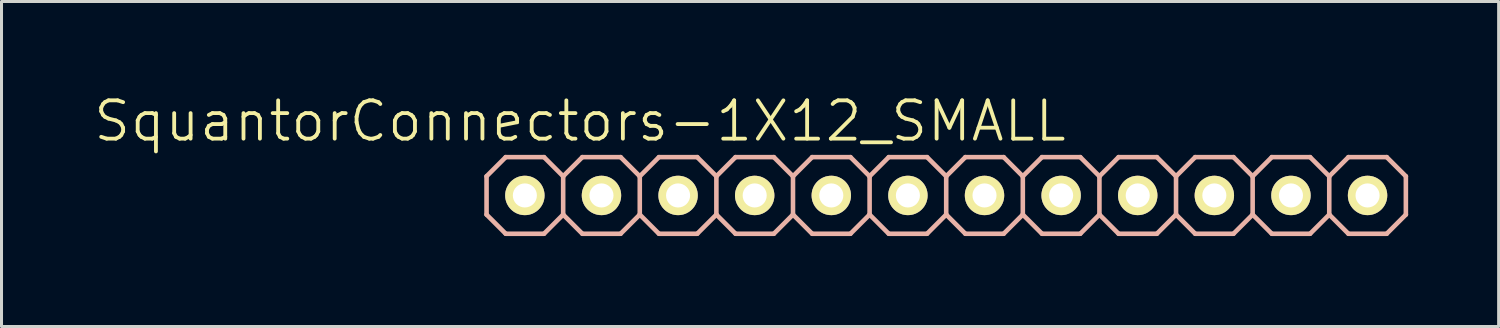
<source format=kicad_pcb>
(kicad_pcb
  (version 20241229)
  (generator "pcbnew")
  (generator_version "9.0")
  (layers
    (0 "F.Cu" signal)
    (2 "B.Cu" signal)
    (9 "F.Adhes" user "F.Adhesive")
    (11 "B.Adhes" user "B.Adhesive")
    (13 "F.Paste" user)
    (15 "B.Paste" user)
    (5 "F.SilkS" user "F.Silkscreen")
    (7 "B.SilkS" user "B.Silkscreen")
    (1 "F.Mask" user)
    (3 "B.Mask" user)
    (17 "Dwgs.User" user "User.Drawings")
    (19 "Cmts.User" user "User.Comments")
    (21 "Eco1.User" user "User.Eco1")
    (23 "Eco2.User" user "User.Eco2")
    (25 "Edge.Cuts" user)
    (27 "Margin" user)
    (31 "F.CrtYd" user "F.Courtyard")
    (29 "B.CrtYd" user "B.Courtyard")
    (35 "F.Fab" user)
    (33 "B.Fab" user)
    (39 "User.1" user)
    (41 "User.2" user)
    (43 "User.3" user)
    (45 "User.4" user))
  (footprint "SquantorConnectors-1X12_SMALL"
    (layer "F.Cu")
    (at 28.322 3.43)
    (property "Reference" "SquantorConnectors-1X12_SMALL" (at -12.141 -2.464 0) (layer "F.SilkS") (effects (font (size 1.27 1.27) (thickness 0.127))))
    (attr exclude_from_pos_files exclude_from_bom)
    (fp_line (start -14.224 -0.254) (end -13.716 -0.254) (stroke (width 0.066) (type solid)) (layer "F.SilkS"))
    (fp_line (start -14.224 0.254) (end -14.224 -0.254) (stroke (width 0.066) (type solid)) (layer "F.SilkS"))
    (fp_line (start -14.224 0.254) (end -13.716 0.254) (stroke (width 0.066) (type solid)) (layer "F.SilkS"))
    (fp_line (start -13.716 0.254) (end -13.716 -0.254) (stroke (width 0.066) (type solid)) (layer "F.SilkS"))
    (fp_line (start -11.684 -0.254) (end -11.176 -0.254) (stroke (width 0.066) (type solid)) (layer "F.SilkS"))
    (fp_line (start -11.684 0.254) (end -11.684 -0.254) (stroke (width 0.066) (type solid)) (layer "F.SilkS"))
    (fp_line (start -11.684 0.254) (end -11.176 0.254) (stroke (width 0.066) (type solid)) (layer "F.SilkS"))
    (fp_line (start -11.176 0.254) (end -11.176 -0.254) (stroke (width 0.066) (type solid)) (layer "F.SilkS"))
    (fp_line (start -9.144 -0.254) (end -8.636 -0.254) (stroke (width 0.066) (type solid)) (layer "F.SilkS"))
    (fp_line (start -9.144 0.254) (end -9.144 -0.254) (stroke (width 0.066) (type solid)) (layer "F.SilkS"))
    (fp_line (start -9.144 0.254) (end -8.636 0.254) (stroke (width 0.066) (type solid)) (layer "F.SilkS"))
    (fp_line (start -8.636 0.254) (end -8.636 -0.254) (stroke (width 0.066) (type solid)) (layer "F.SilkS"))
    (fp_line (start -6.604 -0.254) (end -6.096 -0.254) (stroke (width 0.066) (type solid)) (layer "F.SilkS"))
    (fp_line (start -6.604 0.254) (end -6.604 -0.254) (stroke (width 0.066) (type solid)) (layer "F.SilkS"))
    (fp_line (start -6.604 0.254) (end -6.096 0.254) (stroke (width 0.066) (type solid)) (layer "F.SilkS"))
    (fp_line (start -6.096 0.254) (end -6.096 -0.254) (stroke (width 0.066) (type solid)) (layer "F.SilkS"))
    (fp_line (start -4.064 -0.254) (end -3.556 -0.254) (stroke (width 0.066) (type solid)) (layer "F.SilkS"))
    (fp_line (start -4.064 0.254) (end -4.064 -0.254) (stroke (width 0.066) (type solid)) (layer "F.SilkS"))
    (fp_line (start -4.064 0.254) (end -3.556 0.254) (stroke (width 0.066) (type solid)) (layer "F.SilkS"))
    (fp_line (start -3.556 0.254) (end -3.556 -0.254) (stroke (width 0.066) (type solid)) (layer "F.SilkS"))
    (fp_line (start -1.524 -0.254) (end -1.016 -0.254) (stroke (width 0.066) (type solid)) (layer "F.SilkS"))
    (fp_line (start -1.524 0.254) (end -1.524 -0.254) (stroke (width 0.066) (type solid)) (layer "F.SilkS"))
    (fp_line (start -1.524 0.254) (end -1.016 0.254) (stroke (width 0.066) (type solid)) (layer "F.SilkS"))
    (fp_line (start -1.016 0.254) (end -1.016 -0.254) (stroke (width 0.066) (type solid)) (layer "F.SilkS"))
    (fp_line (start 1.016 -0.254) (end 1.524 -0.254) (stroke (width 0.066) (type solid)) (layer "F.SilkS"))
    (fp_line (start 1.016 0.254) (end 1.016 -0.254) (stroke (width 0.066) (type solid)) (layer "F.SilkS"))
    (fp_line (start 1.016 0.254) (end 1.524 0.254) (stroke (width 0.066) (type solid)) (layer "F.SilkS"))
    (fp_line (start 1.524 0.254) (end 1.524 -0.254) (stroke (width 0.066) (type solid)) (layer "F.SilkS"))
    (fp_line (start 3.556 -0.254) (end 4.064 -0.254) (stroke (width 0.066) (type solid)) (layer "F.SilkS"))
    (fp_line (start 3.556 0.254) (end 3.556 -0.254) (stroke (width 0.066) (type solid)) (layer "F.SilkS"))
    (fp_line (start 3.556 0.254) (end 4.064 0.254) (stroke (width 0.066) (type solid)) (layer "F.SilkS"))
    (fp_line (start 4.064 0.254) (end 4.064 -0.254) (stroke (width 0.066) (type solid)) (layer "F.SilkS"))
    (fp_line (start 6.096 -0.254) (end 6.604 -0.254) (stroke (width 0.066) (type solid)) (layer "F.SilkS"))
    (fp_line (start 6.096 0.254) (end 6.096 -0.254) (stroke (width 0.066) (type solid)) (layer "F.SilkS"))
    (fp_line (start 6.096 0.254) (end 6.604 0.254) (stroke (width 0.066) (type solid)) (layer "F.SilkS"))
    (fp_line (start 6.604 0.254) (end 6.604 -0.254) (stroke (width 0.066) (type solid)) (layer "F.SilkS"))
    (fp_line (start 8.636 -0.254) (end 9.144 -0.254) (stroke (width 0.066) (type solid)) (layer "F.SilkS"))
    (fp_line (start 8.636 0.254) (end 8.636 -0.254) (stroke (width 0.066) (type solid)) (layer "F.SilkS"))
    (fp_line (start 8.636 0.254) (end 9.144 0.254) (stroke (width 0.066) (type solid)) (layer "F.SilkS"))
    (fp_line (start 9.144 0.254) (end 9.144 -0.254) (stroke (width 0.066) (type solid)) (layer "F.SilkS"))
    (fp_line (start 11.176 -0.254) (end 11.684 -0.254) (stroke (width 0.066) (type solid)) (layer "F.SilkS"))
    (fp_line (start 11.176 0.254) (end 11.176 -0.254) (stroke (width 0.066) (type solid)) (layer "F.SilkS"))
    (fp_line (start 11.176 0.254) (end 11.684 0.254) (stroke (width 0.066) (type solid)) (layer "F.SilkS"))
    (fp_line (start 11.684 0.254) (end 11.684 -0.254) (stroke (width 0.066) (type solid)) (layer "F.SilkS"))
    (fp_line (start 13.716 -0.254) (end 14.224 -0.254) (stroke (width 0.066) (type solid)) (layer "F.SilkS"))
    (fp_line (start 13.716 0.254) (end 13.716 -0.254) (stroke (width 0.066) (type solid)) (layer "F.SilkS"))
    (fp_line (start 13.716 0.254) (end 14.224 0.254) (stroke (width 0.066) (type solid)) (layer "F.SilkS"))
    (fp_line (start 14.224 0.254) (end 14.224 -0.254) (stroke (width 0.066) (type solid)) (layer "F.SilkS"))
    (fp_line (start -15.24 -0.635) (end -15.24 0.635) (stroke (width 0.152) (type solid)) (layer "B.SilkS"))
    (fp_line (start -15.24 0.635) (end -14.605 1.27) (stroke (width 0.152) (type solid)) (layer "B.SilkS"))
    (fp_line (start -14.605 -1.27) (end -15.24 -0.635) (stroke (width 0.152) (type solid)) (layer "B.SilkS"))
    (fp_line (start -14.605 -1.27) (end -13.335 -1.27) (stroke (width 0.152) (type solid)) (layer "B.SilkS"))
    (fp_line (start -13.335 -1.27) (end -12.7 -0.635) (stroke (width 0.152) (type solid)) (layer "B.SilkS"))
    (fp_line (start -13.335 1.27) (end -14.605 1.27) (stroke (width 0.152) (type solid)) (layer "B.SilkS"))
    (fp_line (start -12.7 -0.635) (end -12.7 0.635) (stroke (width 0.152) (type solid)) (layer "B.SilkS"))
    (fp_line (start -12.7 -0.635) (end -12.065 -1.27) (stroke (width 0.152) (type solid)) (layer "B.SilkS"))
    (fp_line (start -12.7 0.635) (end -13.335 1.27) (stroke (width 0.152) (type solid)) (layer "B.SilkS"))
    (fp_line (start -12.065 -1.27) (end -10.795 -1.27) (stroke (width 0.152) (type solid)) (layer "B.SilkS"))
    (fp_line (start -12.065 1.27) (end -12.7 0.635) (stroke (width 0.152) (type solid)) (layer "B.SilkS"))
    (fp_line (start -10.795 -1.27) (end -10.16 -0.635) (stroke (width 0.152) (type solid)) (layer "B.SilkS"))
    (fp_line (start -10.795 1.27) (end -12.065 1.27) (stroke (width 0.152) (type solid)) (layer "B.SilkS"))
    (fp_line (start -10.16 -0.635) (end -10.16 0.635) (stroke (width 0.152) (type solid)) (layer "B.SilkS"))
    (fp_line (start -10.16 -0.635) (end -9.525 -1.27) (stroke (width 0.152) (type solid)) (layer "B.SilkS"))
    (fp_line (start -10.16 0.635) (end -10.795 1.27) (stroke (width 0.152) (type solid)) (layer "B.SilkS"))
    (fp_line (start -9.525 -1.27) (end -8.255 -1.27) (stroke (width 0.152) (type solid)) (layer "B.SilkS"))
    (fp_line (start -9.525 1.27) (end -10.16 0.635) (stroke (width 0.152) (type solid)) (layer "B.SilkS"))
    (fp_line (start -8.255 -1.27) (end -7.62 -0.635) (stroke (width 0.152) (type solid)) (layer "B.SilkS"))
    (fp_line (start -8.255 1.27) (end -9.525 1.27) (stroke (width 0.152) (type solid)) (layer "B.SilkS"))
    (fp_line (start -7.62 -0.635) (end -7.62 0.635) (stroke (width 0.152) (type solid)) (layer "B.SilkS"))
    (fp_line (start -7.62 0.635) (end -8.255 1.27) (stroke (width 0.152) (type solid)) (layer "B.SilkS"))
    (fp_line (start -7.62 0.635) (end -6.985 1.27) (stroke (width 0.152) (type solid)) (layer "B.SilkS"))
    (fp_line (start -6.985 -1.27) (end -7.62 -0.635) (stroke (width 0.152) (type solid)) (layer "B.SilkS"))
    (fp_line (start -6.985 -1.27) (end -5.715 -1.27) (stroke (width 0.152) (type solid)) (layer "B.SilkS"))
    (fp_line (start -5.715 -1.27) (end -5.08 -0.635) (stroke (width 0.152) (type solid)) (layer "B.SilkS"))
    (fp_line (start -5.715 1.27) (end -6.985 1.27) (stroke (width 0.152) (type solid)) (layer "B.SilkS"))
    (fp_line (start -5.08 -0.635) (end -5.08 0.635) (stroke (width 0.152) (type solid)) (layer "B.SilkS"))
    (fp_line (start -5.08 -0.635) (end -4.445 -1.27) (stroke (width 0.152) (type solid)) (layer "B.SilkS"))
    (fp_line (start -5.08 0.635) (end -5.715 1.27) (stroke (width 0.152) (type solid)) (layer "B.SilkS"))
    (fp_line (start -4.445 -1.27) (end -3.175 -1.27) (stroke (width 0.152) (type solid)) (layer "B.SilkS"))
    (fp_line (start -4.445 1.27) (end -5.08 0.635) (stroke (width 0.152) (type solid)) (layer "B.SilkS"))
    (fp_line (start -3.175 -1.27) (end -2.54 -0.635) (stroke (width 0.152) (type solid)) (layer "B.SilkS"))
    (fp_line (start -3.175 1.27) (end -4.445 1.27) (stroke (width 0.152) (type solid)) (layer "B.SilkS"))
    (fp_line (start -2.54 -0.635) (end -2.54 0.635) (stroke (width 0.152) (type solid)) (layer "B.SilkS"))
    (fp_line (start -2.54 -0.635) (end -1.905 -1.27) (stroke (width 0.152) (type solid)) (layer "B.SilkS"))
    (fp_line (start -2.54 0.635) (end -3.175 1.27) (stroke (width 0.152) (type solid)) (layer "B.SilkS"))
    (fp_line (start -1.905 -1.27) (end -0.635 -1.27) (stroke (width 0.152) (type solid)) (layer "B.SilkS"))
    (fp_line (start -1.905 1.27) (end -2.54 0.635) (stroke (width 0.152) (type solid)) (layer "B.SilkS"))
    (fp_line (start -0.635 -1.27) (end 0 -0.635) (stroke (width 0.152) (type solid)) (layer "B.SilkS"))
    (fp_line (start -0.635 1.27) (end -1.905 1.27) (stroke (width 0.152) (type solid)) (layer "B.SilkS"))
    (fp_line (start 0 -0.635) (end 0 0.635) (stroke (width 0.152) (type solid)) (layer "B.SilkS"))
    (fp_line (start 0 0.635) (end -0.635 1.27) (stroke (width 0.152) (type solid)) (layer "B.SilkS"))
    (fp_line (start 0 0.635) (end 0.635 1.27) (stroke (width 0.152) (type solid)) (layer "B.SilkS"))
    (fp_line (start 0.635 -1.27) (end 0 -0.635) (stroke (width 0.152) (type solid)) (layer "B.SilkS"))
    (fp_line (start 0.635 -1.27) (end 1.905 -1.27) (stroke (width 0.152) (type solid)) (layer "B.SilkS"))
    (fp_line (start 1.905 -1.27) (end 2.54 -0.635) (stroke (width 0.152) (type solid)) (layer "B.SilkS"))
    (fp_line (start 1.905 1.27) (end 0.635 1.27) (stroke (width 0.152) (type solid)) (layer "B.SilkS"))
    (fp_line (start 2.54 -0.635) (end 2.54 0.635) (stroke (width 0.152) (type solid)) (layer "B.SilkS"))
    (fp_line (start 2.54 -0.635) (end 3.175 -1.27) (stroke (width 0.152) (type solid)) (layer "B.SilkS"))
    (fp_line (start 2.54 0.635) (end 1.905 1.27) (stroke (width 0.152) (type solid)) (layer "B.SilkS"))
    (fp_line (start 3.175 -1.27) (end 4.445 -1.27) (stroke (width 0.152) (type solid)) (layer "B.SilkS"))
    (fp_line (start 3.175 1.27) (end 2.54 0.635) (stroke (width 0.152) (type solid)) (layer "B.SilkS"))
    (fp_line (start 4.445 -1.27) (end 5.08 -0.635) (stroke (width 0.152) (type solid)) (layer "B.SilkS"))
    (fp_line (start 4.445 1.27) (end 3.175 1.27) (stroke (width 0.152) (type solid)) (layer "B.SilkS"))
    (fp_line (start 5.08 -0.635) (end 5.08 0.635) (stroke (width 0.152) (type solid)) (layer "B.SilkS"))
    (fp_line (start 5.08 -0.635) (end 5.715 -1.27) (stroke (width 0.152) (type solid)) (layer "B.SilkS"))
    (fp_line (start 5.08 0.635) (end 4.445 1.27) (stroke (width 0.152) (type solid)) (layer "B.SilkS"))
    (fp_line (start 5.715 -1.27) (end 6.985 -1.27) (stroke (width 0.152) (type solid)) (layer "B.SilkS"))
    (fp_line (start 5.715 1.27) (end 5.08 0.635) (stroke (width 0.152) (type solid)) (layer "B.SilkS"))
    (fp_line (start 6.985 -1.27) (end 7.62 -0.635) (stroke (width 0.152) (type solid)) (layer "B.SilkS"))
    (fp_line (start 6.985 1.27) (end 5.715 1.27) (stroke (width 0.152) (type solid)) (layer "B.SilkS"))
    (fp_line (start 7.62 -0.635) (end 7.62 0.635) (stroke (width 0.152) (type solid)) (layer "B.SilkS"))
    (fp_line (start 7.62 0.635) (end 6.985 1.27) (stroke (width 0.152) (type solid)) (layer "B.SilkS"))
    (fp_line (start 7.62 0.635) (end 8.255 1.27) (stroke (width 0.152) (type solid)) (layer "B.SilkS"))
    (fp_line (start 8.255 -1.27) (end 7.62 -0.635) (stroke (width 0.152) (type solid)) (layer "B.SilkS"))
    (fp_line (start 8.255 -1.27) (end 9.525 -1.27) (stroke (width 0.152) (type solid)) (layer "B.SilkS"))
    (fp_line (start 9.525 -1.27) (end 10.16 -0.635) (stroke (width 0.152) (type solid)) (layer "B.SilkS"))
    (fp_line (start 9.525 1.27) (end 8.255 1.27) (stroke (width 0.152) (type solid)) (layer "B.SilkS"))
    (fp_line (start 10.16 -0.635) (end 10.16 0.635) (stroke (width 0.152) (type solid)) (layer "B.SilkS"))
    (fp_line (start 10.16 -0.635) (end 10.795 -1.27) (stroke (width 0.152) (type solid)) (layer "B.SilkS"))
    (fp_line (start 10.16 0.635) (end 9.525 1.27) (stroke (width 0.152) (type solid)) (layer "B.SilkS"))
    (fp_line (start 10.795 -1.27) (end 12.065 -1.27) (stroke (width 0.152) (type solid)) (layer "B.SilkS"))
    (fp_line (start 10.795 1.27) (end 10.16 0.635) (stroke (width 0.152) (type solid)) (layer "B.SilkS"))
    (fp_line (start 12.065 -1.27) (end 12.7 -0.635) (stroke (width 0.152) (type solid)) (layer "B.SilkS"))
    (fp_line (start 12.065 1.27) (end 10.795 1.27) (stroke (width 0.152) (type solid)) (layer "B.SilkS"))
    (fp_line (start 12.7 -0.635) (end 12.7 0.635) (stroke (width 0.152) (type solid)) (layer "B.SilkS"))
    (fp_line (start 12.7 -0.635) (end 13.335 -1.27) (stroke (width 0.152) (type solid)) (layer "B.SilkS"))
    (fp_line (start 12.7 0.635) (end 12.065 1.27) (stroke (width 0.152) (type solid)) (layer "B.SilkS"))
    (fp_line (start 13.335 -1.27) (end 14.605 -1.27) (stroke (width 0.152) (type solid)) (layer "B.SilkS"))
    (fp_line (start 13.335 1.27) (end 12.7 0.635) (stroke (width 0.152) (type solid)) (layer "B.SilkS"))
    (fp_line (start 14.605 -1.27) (end 15.24 -0.635) (stroke (width 0.152) (type solid)) (layer "B.SilkS"))
    (fp_line (start 14.605 1.27) (end 13.335 1.27) (stroke (width 0.152) (type solid)) (layer "B.SilkS"))
    (fp_line (start 15.24 -0.635) (end 15.24 0.635) (stroke (width 0.152) (type solid)) (layer "B.SilkS"))
    (fp_line (start 15.24 0.635) (end 14.605 1.27) (stroke (width 0.152) (type solid)) (layer "B.SilkS"))
    (pad "1" thru_hole circle (at -13.97 0) (size 1.306 1.306) (drill 0.798) (layers "*.Cu" "F.Mask" "F.SilkS" "F.Paste"))
    (pad "2" thru_hole circle (at -11.43 0) (size 1.306 1.306) (drill 0.798) (layers "*.Cu" "F.Mask" "F.SilkS" "F.Paste"))
    (pad "3" thru_hole circle (at -8.89 0) (size 1.306 1.306) (drill 0.798) (layers "*.Cu" "F.Mask" "F.SilkS" "F.Paste"))
    (pad "4" thru_hole circle (at -6.35 0) (size 1.306 1.306) (drill 0.798) (layers "*.Cu" "F.Mask" "F.SilkS" "F.Paste"))
    (pad "5" thru_hole circle (at -3.81 0) (size 1.306 1.306) (drill 0.798) (layers "*.Cu" "F.Mask" "F.SilkS" "F.Paste"))
    (pad "6" thru_hole circle (at -1.27 0) (size 1.306 1.306) (drill 0.798) (layers "*.Cu" "F.Mask" "F.SilkS" "F.Paste"))
    (pad "7" thru_hole circle (at 1.27 0) (size 1.306 1.306) (drill 0.798) (layers "*.Cu" "F.Mask" "F.SilkS" "F.Paste"))
    (pad "8" thru_hole circle (at 3.81 0) (size 1.306 1.306) (drill 0.798) (layers "*.Cu" "F.Mask" "F.SilkS" "F.Paste"))
    (pad "9" thru_hole circle (at 6.35 0) (size 1.306 1.306) (drill 0.798) (layers "*.Cu" "F.Mask" "F.SilkS" "F.Paste"))
    (pad "10" thru_hole circle (at 8.89 0) (size 1.306 1.306) (drill 0.798) (layers "*.Cu" "F.Mask" "F.SilkS" "F.Paste"))
    (pad "11" thru_hole circle (at 11.43 0) (size 1.306 1.306) (drill 0.798) (layers "*.Cu" "F.Mask" "F.SilkS" "F.Paste"))
    (pad "12" thru_hole circle (at 13.97 0) (size 1.306 1.306) (drill 0.798) (layers "*.Cu" "F.Mask" "F.SilkS" "F.Paste")))
  (gr_rect
    (start -3 -3)
    (end 46.638 7.776)
    (stroke (width 0.1) (type default))
    (fill no)
    (layer "Edge.Cuts")))
</source>
